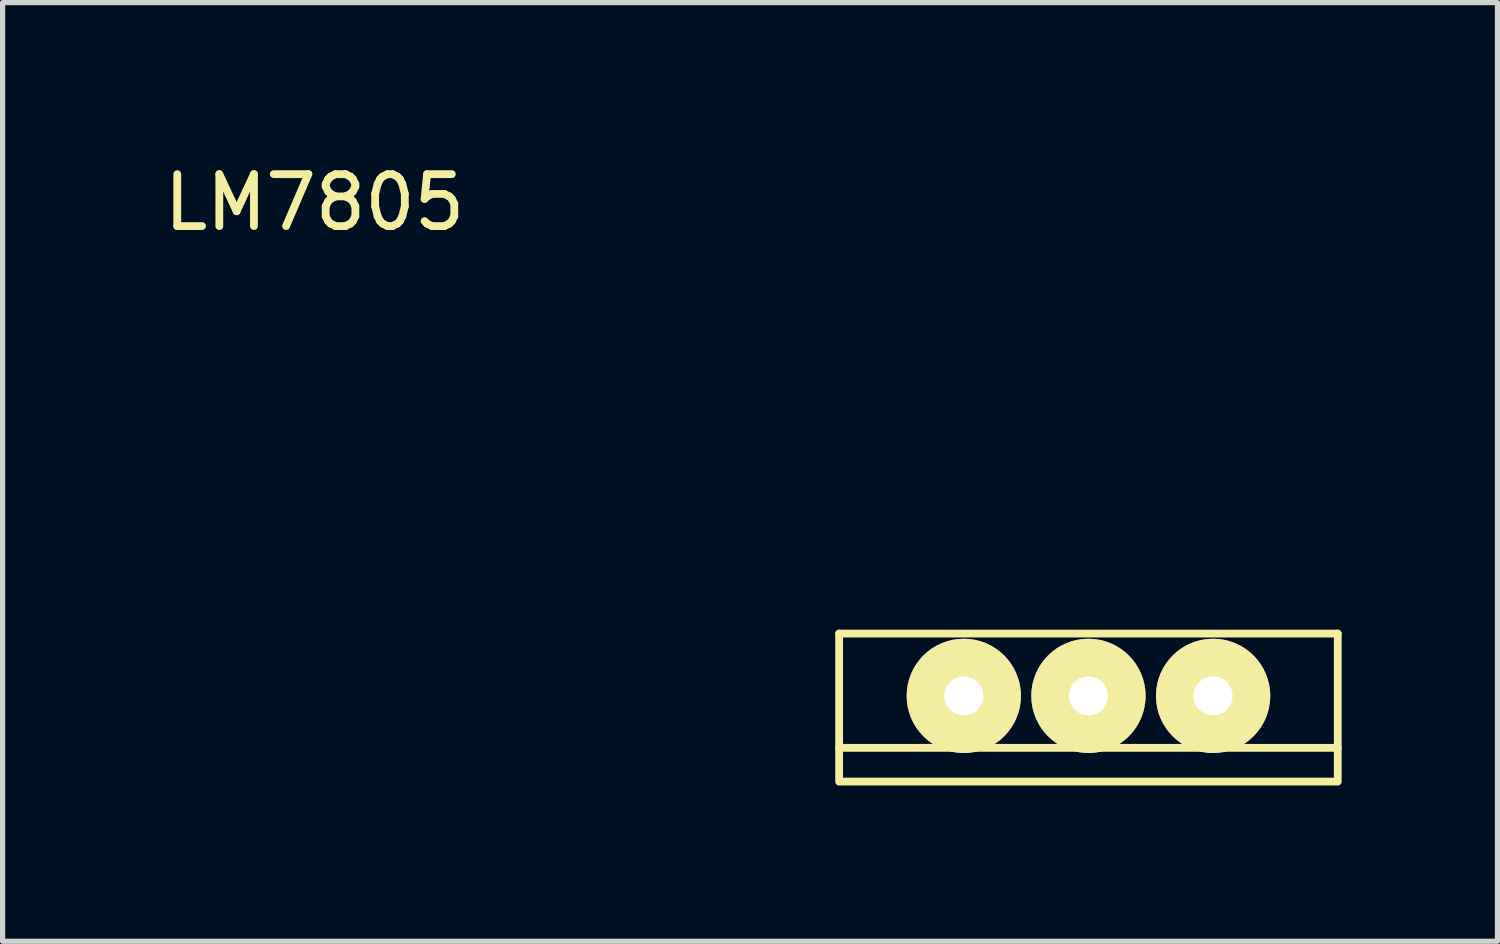
<source format=kicad_pcb>
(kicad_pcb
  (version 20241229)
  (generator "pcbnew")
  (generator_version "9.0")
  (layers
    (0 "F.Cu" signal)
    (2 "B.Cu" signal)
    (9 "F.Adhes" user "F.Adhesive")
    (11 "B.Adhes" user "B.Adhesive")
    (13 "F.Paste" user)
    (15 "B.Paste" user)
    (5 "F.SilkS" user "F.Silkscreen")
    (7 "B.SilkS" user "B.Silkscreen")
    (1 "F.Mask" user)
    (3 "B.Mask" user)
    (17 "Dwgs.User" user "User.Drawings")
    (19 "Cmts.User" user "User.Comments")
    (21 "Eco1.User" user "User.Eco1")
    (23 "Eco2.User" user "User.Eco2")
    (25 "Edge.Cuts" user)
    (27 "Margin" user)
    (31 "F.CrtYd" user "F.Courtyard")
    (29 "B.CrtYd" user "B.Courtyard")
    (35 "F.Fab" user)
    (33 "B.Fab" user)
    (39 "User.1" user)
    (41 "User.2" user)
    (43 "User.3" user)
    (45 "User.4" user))
  (footprint "LM7805"
    (layer "F.Cu")
    (at 15.506 10.348)
    (property "Reference" "LM7805" (at -12.5 -9.5 0) (layer "F.SilkS") (effects (font (size 1 1) (thickness 0.15))))
    (attr through_hole)
    (fp_line (start -2.4 -1.2) (end 7.2 -1.2) (stroke (width 0.15) (type solid)) (layer "F.SilkS"))
    (fp_line (start -2.4 1.6) (end -2.4 -1.2) (stroke (width 0.15) (type solid)) (layer "F.SilkS"))
    (fp_line (start -2.4 1.65) (end 7.2 1.65) (stroke (width 0.15) (type solid)) (layer "F.SilkS"))
    (fp_line (start 7.2 -1.2) (end 7.2 1.6) (stroke (width 0.15) (type solid)) (layer "F.SilkS"))
    (fp_line (start 7.2 1) (end -2.4 1) (stroke (width 0.15) (type solid)) (layer "F.SilkS"))
    (pad "1" thru_hole circle (at 0 0) (size 2.2 2.2) (drill 0.75) (layers "*.Cu" "*.Mask" "F.SilkS"))
    (pad "2" thru_hole circle (at 2.4 0) (size 2.2 2.2) (drill 0.75) (layers "*.Cu" "*.Mask" "F.SilkS"))
    (pad "3" thru_hole circle (at 4.8 0) (size 2.2 2.2) (drill 0.75) (layers "*.Cu" "*.Mask" "F.SilkS")))
  (gr_rect
    (start -3 -3)
    (end 25.781 15.073)
    (stroke (width 0.1) (type default))
    (fill no)
    (layer "Edge.Cuts")))
</source>
